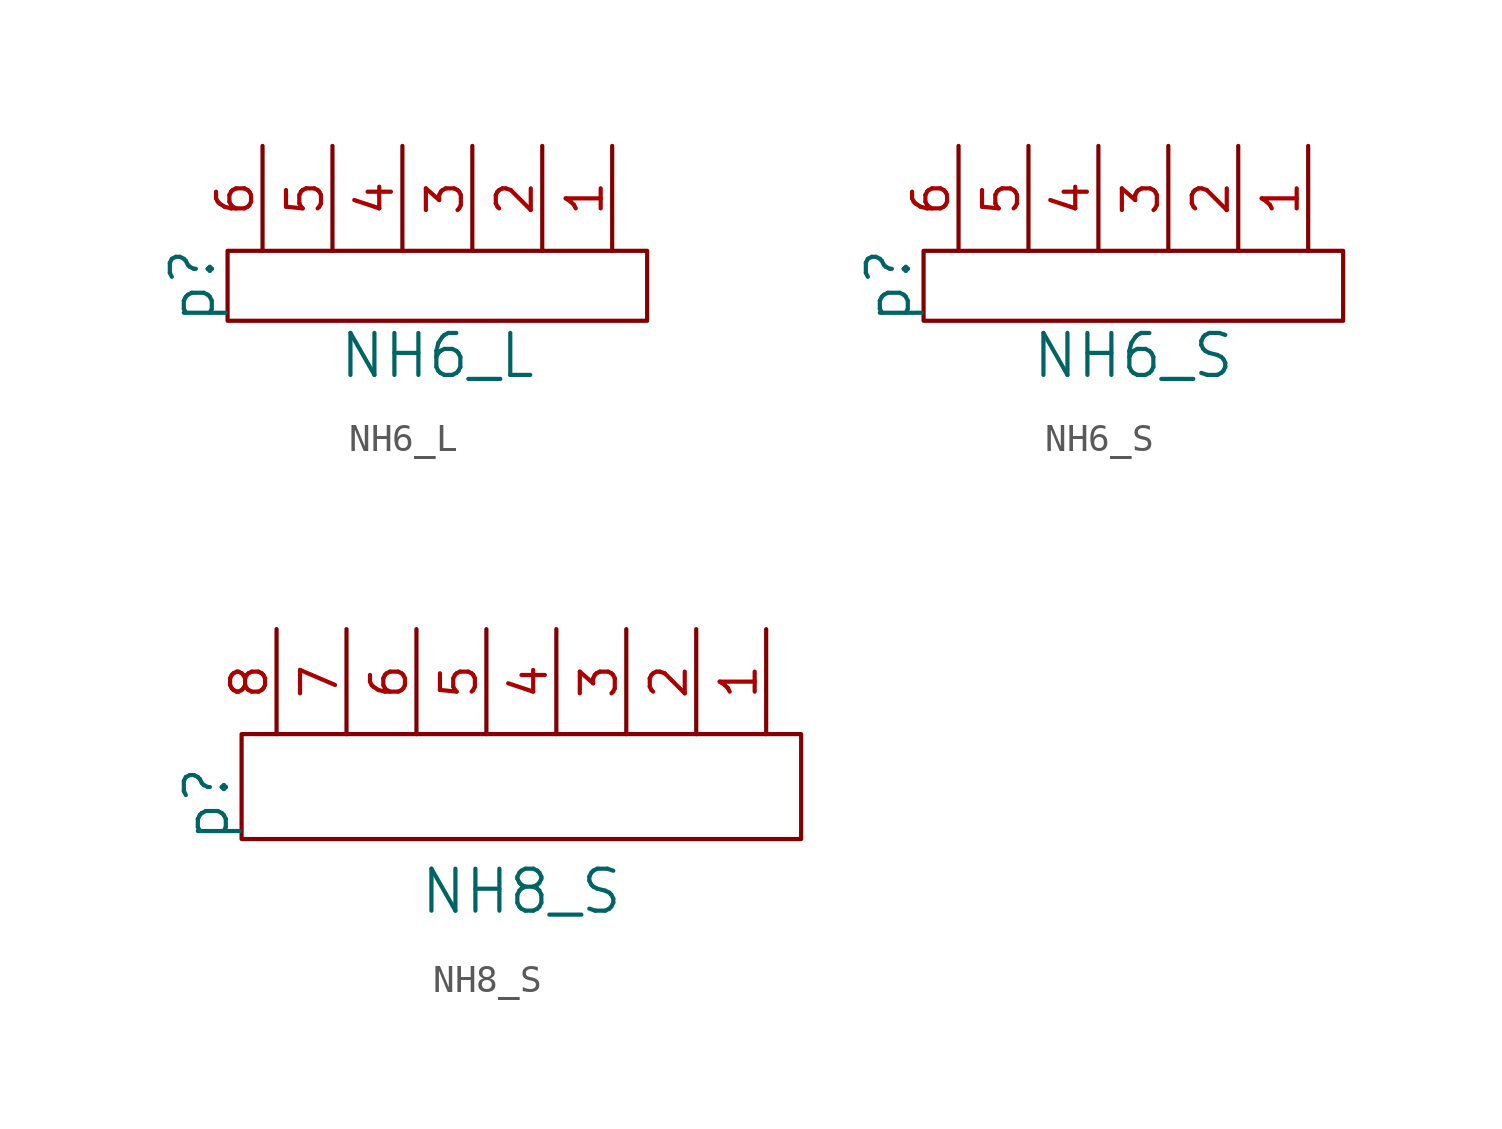
<source format=kicad_sym>
(kicad_symbol_lib
  (version 20211014)
  (generator kicad_symbol_editor)
  (symbol "NH6_L"
    (pin_names
      (offset 0.076))
    (property "Reference" "p"
      (at -8.89 0 90)
      (effects (font (size 1.524 1.524))))
    (property "Value" "NH6_L"
      (at 0 -2.54 0)
      (effects (font (size 1.524 1.524))))
    (property "Footprint" ""
      (at 3.81 0 0)
      (effects (font (size 1.524 1.524))))
    (property "Datasheet" ""
      (at 3.81 0 0)
      (effects (font (size 1.524 1.524))))
    (symbol "NH6_L_0_1"
      (rectangle (start -7.62 1.27) (end 7.62 -1.27) (stroke (width 0) (type default) (color 0 0 0 0)) (fill (type none))))
    (symbol "NH6_L_1_1"
      (pin bidirectional line (at 6.35 5.08 270) (length 3.81) (name "~" (effects (font (size 1.27 1.27)))) (number "1" (effects (font (size 1.27 1.27)))))
      (pin bidirectional line (at 3.81 5.08 270) (length 3.81) (name "~" (effects (font (size 1.27 1.27)))) (number "2" (effects (font (size 1.27 1.27)))))
      (pin bidirectional line (at 1.27 5.08 270) (length 3.81) (name "~" (effects (font (size 1.27 1.27)))) (number "3" (effects (font (size 1.27 1.27)))))
      (pin bidirectional line (at -1.27 5.08 270) (length 3.81) (name "~" (effects (font (size 1.27 1.27)))) (number "4" (effects (font (size 1.27 1.27)))))
      (pin bidirectional line (at -3.81 5.08 270) (length 3.81) (name "~" (effects (font (size 1.27 1.27)))) (number "5" (effects (font (size 1.27 1.27)))))
      (pin bidirectional line (at -6.35 5.08 270) (length 3.81) (name "~" (effects (font (size 1.27 1.27)))) (number "6" (effects (font (size 1.27 1.27)))))))
  (symbol "NH6_S"
    (pin_names
      (offset 0.076))
    (property "Reference" "p"
      (at -8.89 0 90)
      (effects (font (size 1.524 1.524))))
    (property "Value" "NH6_S"
      (at 0 -2.54 0)
      (effects (font (size 1.524 1.524))))
    (property "Footprint" ""
      (at 3.81 0 0)
      (effects (font (size 1.524 1.524))))
    (property "Datasheet" ""
      (at 3.81 0 0)
      (effects (font (size 1.524 1.524))))
    (symbol "NH6_S_0_1"
      (rectangle (start -7.62 1.27) (end 7.62 -1.27) (stroke (width 0) (type default) (color 0 0 0 0)) (fill (type none))))
    (symbol "NH6_S_1_1"
      (pin bidirectional line (at 6.35 5.08 270) (length 3.81) (name "~" (effects (font (size 1.27 1.27)))) (number "1" (effects (font (size 1.27 1.27)))))
      (pin bidirectional line (at 3.81 5.08 270) (length 3.81) (name "~" (effects (font (size 1.27 1.27)))) (number "2" (effects (font (size 1.27 1.27)))))
      (pin bidirectional line (at 1.27 5.08 270) (length 3.81) (name "~" (effects (font (size 1.27 1.27)))) (number "3" (effects (font (size 1.27 1.27)))))
      (pin bidirectional line (at -1.27 5.08 270) (length 3.81) (name "~" (effects (font (size 1.27 1.27)))) (number "4" (effects (font (size 1.27 1.27)))))
      (pin bidirectional line (at -3.81 5.08 270) (length 3.81) (name "~" (effects (font (size 1.27 1.27)))) (number "5" (effects (font (size 1.27 1.27)))))
      (pin bidirectional line (at -6.35 5.08 270) (length 3.81) (name "~" (effects (font (size 1.27 1.27)))) (number "6" (effects (font (size 1.27 1.27)))))))
  (symbol "NH8_S"
    (pin_names
      (offset 0.076))
    (property "Reference" "p"
      (at -11.43 -1.27 90)
      (effects (font (size 1.524 1.524))))
    (property "Value" "NH8_S"
      (at 0 -4.445 0)
      (effects (font (size 1.524 1.524))))
    (property "Footprint" ""
      (at 6.35 0 0)
      (effects (font (size 1.524 1.524))))
    (property "Datasheet" ""
      (at 6.35 0 0)
      (effects (font (size 1.524 1.524))))
    (symbol "NH8_S_0_1"
      (rectangle (start -10.16 1.27) (end 10.16 -2.54) (stroke (width 0) (type default) (color 0 0 0 0)) (fill (type none))))
    (symbol "NH8_S_1_1"
      (pin bidirectional line (at 8.89 5.08 270) (length 3.81) (name "~" (effects (font (size 1.27 1.27)))) (number "1" (effects (font (size 1.27 1.27)))))
      (pin bidirectional line (at 6.35 5.08 270) (length 3.81) (name "~" (effects (font (size 1.27 1.27)))) (number "2" (effects (font (size 1.27 1.27)))))
      (pin bidirectional line (at 3.81 5.08 270) (length 3.81) (name "~" (effects (font (size 1.27 1.27)))) (number "3" (effects (font (size 1.27 1.27)))))
      (pin bidirectional line (at 1.27 5.08 270) (length 3.81) (name "~" (effects (font (size 1.27 1.27)))) (number "4" (effects (font (size 1.27 1.27)))))
      (pin bidirectional line (at -1.27 5.08 270) (length 3.81) (name "~" (effects (font (size 1.27 1.27)))) (number "5" (effects (font (size 1.27 1.27)))))
      (pin bidirectional line (at -3.81 5.08 270) (length 3.81) (name "~" (effects (font (size 1.27 1.27)))) (number "6" (effects (font (size 1.27 1.27)))))
      (pin bidirectional line (at -6.35 5.08 270) (length 3.81) (name "~" (effects (font (size 1.27 1.27)))) (number "7" (effects (font (size 1.27 1.27)))))
      (pin bidirectional line (at -8.89 5.08 270) (length 3.81) (name "~" (effects (font (size 1.27 1.27)))) (number "8" (effects (font (size 1.27 1.27))))))))
</source>
